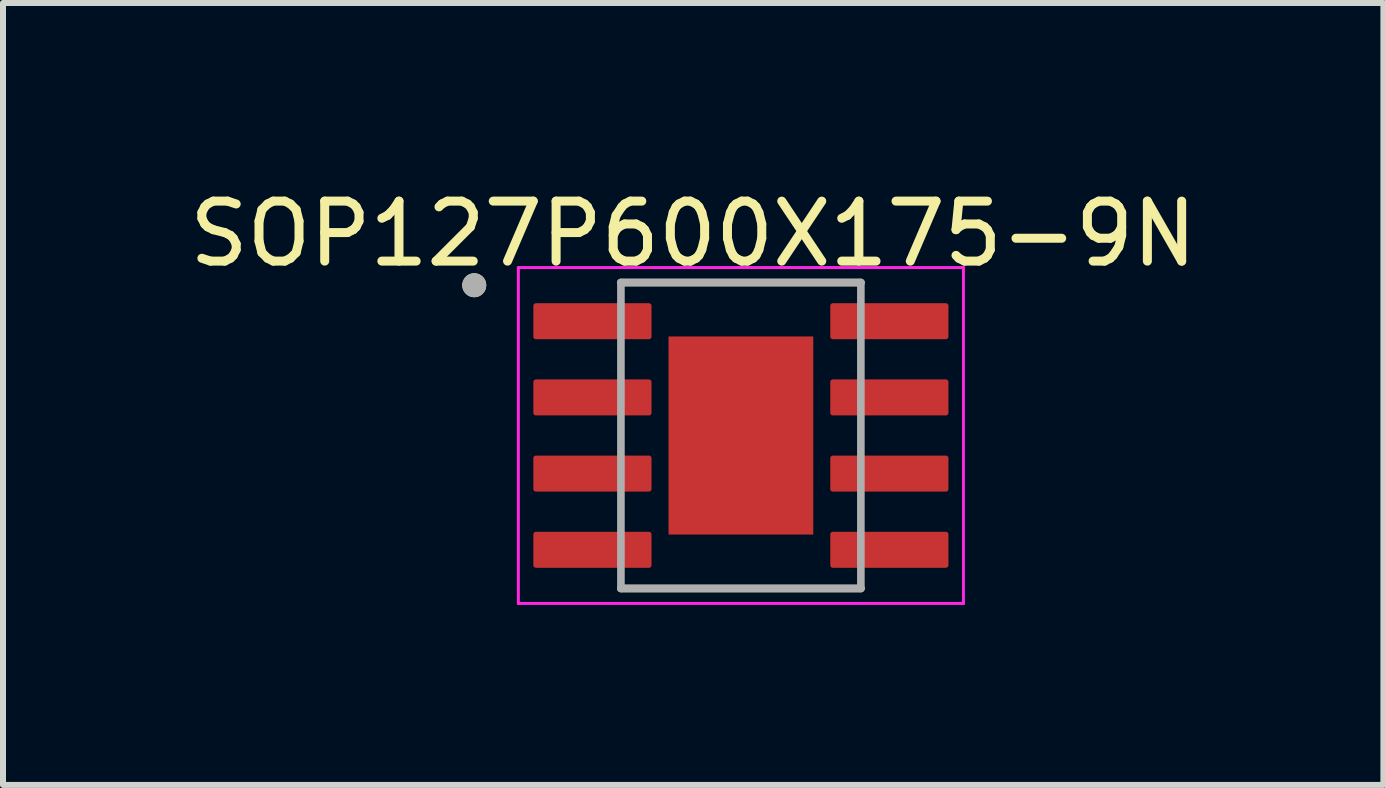
<source format=kicad_pcb>
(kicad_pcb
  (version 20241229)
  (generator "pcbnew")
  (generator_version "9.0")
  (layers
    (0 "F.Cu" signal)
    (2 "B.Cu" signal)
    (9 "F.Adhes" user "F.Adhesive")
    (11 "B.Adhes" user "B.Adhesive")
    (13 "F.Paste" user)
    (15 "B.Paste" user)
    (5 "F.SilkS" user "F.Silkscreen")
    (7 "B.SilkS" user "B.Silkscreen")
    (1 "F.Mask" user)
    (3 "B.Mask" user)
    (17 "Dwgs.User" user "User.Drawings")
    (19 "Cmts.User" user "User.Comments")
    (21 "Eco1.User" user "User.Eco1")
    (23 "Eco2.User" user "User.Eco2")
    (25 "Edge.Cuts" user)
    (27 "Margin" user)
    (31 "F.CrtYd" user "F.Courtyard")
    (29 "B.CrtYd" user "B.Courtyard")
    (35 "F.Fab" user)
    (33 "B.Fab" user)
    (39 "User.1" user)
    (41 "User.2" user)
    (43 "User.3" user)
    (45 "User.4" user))
  (footprint "SOP127P600X175-9N"
    (layer "F.Cu")
    (at 9.301 4.21)
    (property "Reference" "SOP127P600X175-9N" (at -0.795 -3.362 0) (layer "F.SilkS") (effects (font (size 1 1) (thickness 0.15))))
    (attr smd)
    (fp_line (start -2 -2.55) (end 2 -2.55) (stroke (width 0.127) (type solid)) (layer "F.SilkS"))
    (fp_line (start -2 2.55) (end 2 2.55) (stroke (width 0.127) (type solid)) (layer "F.SilkS"))
    (fp_circle (center -4.445 -2.505) (end -4.345 -2.505) (stroke (width 0.2) (type solid)) (fill no) (layer "F.SilkS"))
    (fp_poly (pts (xy -0.645 -0.82) (xy 0.645 -0.82) (xy 0.645 0.82) (xy -0.645 0.82)) (stroke (width 0.01) (type solid)) (fill yes) (layer "F.Paste"))
    (fp_line (start -3.71 -2.8) (end -3.71 2.8) (stroke (width 0.05) (type solid)) (layer "F.CrtYd"))
    (fp_line (start -3.71 -2.8) (end 3.71 -2.8) (stroke (width 0.05) (type solid)) (layer "F.CrtYd"))
    (fp_line (start -3.71 2.8) (end 3.71 2.8) (stroke (width 0.05) (type solid)) (layer "F.CrtYd"))
    (fp_line (start 3.71 -2.8) (end 3.71 2.8) (stroke (width 0.05) (type solid)) (layer "F.CrtYd"))
    (fp_line (start -2 -2.55) (end -2 2.55) (stroke (width 0.127) (type solid)) (layer "F.Fab"))
    (fp_line (start -2 -2.55) (end 2 -2.55) (stroke (width 0.127) (type solid)) (layer "F.Fab"))
    (fp_line (start -2 2.55) (end 2 2.55) (stroke (width 0.127) (type solid)) (layer "F.Fab"))
    (fp_line (start 2 -2.55) (end 2 2.55) (stroke (width 0.127) (type solid)) (layer "F.Fab"))
    (fp_circle (center -4.445 -2.505) (end -4.345 -2.505) (stroke (width 0.2) (type solid)) (fill no) (layer "F.Fab"))
    (pad "1" smd roundrect (at -2.475 -1.905) (size 1.97 0.6) (layers "F.Cu" "F.Mask" "F.Paste") (roundrect_rratio 0.07))
    (pad "2" smd roundrect (at -2.475 -0.635) (size 1.97 0.6) (layers "F.Cu" "F.Mask" "F.Paste") (roundrect_rratio 0.07))
    (pad "3" smd roundrect (at -2.475 0.635) (size 1.97 0.6) (layers "F.Cu" "F.Mask" "F.Paste") (roundrect_rratio 0.07))
    (pad "4" smd roundrect (at -2.475 1.905) (size 1.97 0.6) (layers "F.Cu" "F.Mask" "F.Paste") (roundrect_rratio 0.07))
    (pad "5" smd roundrect (at 2.475 1.905) (size 1.97 0.6) (layers "F.Cu" "F.Mask" "F.Paste") (roundrect_rratio 0.07))
    (pad "6" smd roundrect (at 2.475 0.635) (size 1.97 0.6) (layers "F.Cu" "F.Mask" "F.Paste") (roundrect_rratio 0.07))
    (pad "7" smd roundrect (at 2.475 -0.635) (size 1.97 0.6) (layers "F.Cu" "F.Mask" "F.Paste") (roundrect_rratio 0.07))
    (pad "8" smd roundrect (at 2.475 -1.905) (size 1.97 0.6) (layers "F.Cu" "F.Mask" "F.Paste") (roundrect_rratio 0.07))
    (pad "9" smd rect (at 0 0) (size 2.413 3.302) (layers "F.Cu" "F.Mask")))
  (gr_rect
    (start -3 -3)
    (end 20.012 10.035)
    (stroke (width 0.1) (type default))
    (fill no)
    (layer "Edge.Cuts")))
</source>
